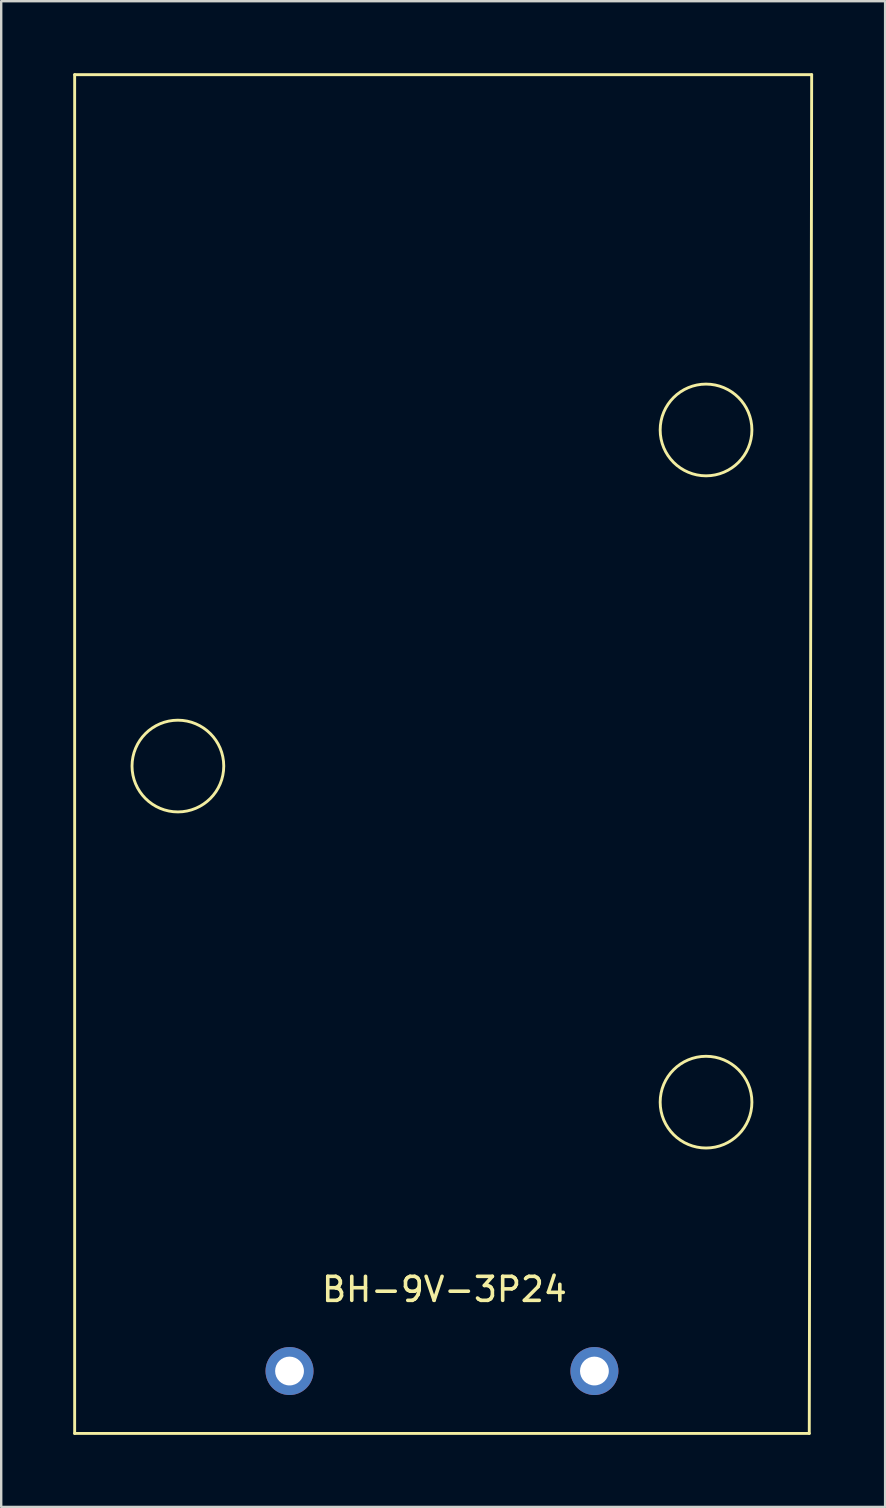
<source format=kicad_pcb>
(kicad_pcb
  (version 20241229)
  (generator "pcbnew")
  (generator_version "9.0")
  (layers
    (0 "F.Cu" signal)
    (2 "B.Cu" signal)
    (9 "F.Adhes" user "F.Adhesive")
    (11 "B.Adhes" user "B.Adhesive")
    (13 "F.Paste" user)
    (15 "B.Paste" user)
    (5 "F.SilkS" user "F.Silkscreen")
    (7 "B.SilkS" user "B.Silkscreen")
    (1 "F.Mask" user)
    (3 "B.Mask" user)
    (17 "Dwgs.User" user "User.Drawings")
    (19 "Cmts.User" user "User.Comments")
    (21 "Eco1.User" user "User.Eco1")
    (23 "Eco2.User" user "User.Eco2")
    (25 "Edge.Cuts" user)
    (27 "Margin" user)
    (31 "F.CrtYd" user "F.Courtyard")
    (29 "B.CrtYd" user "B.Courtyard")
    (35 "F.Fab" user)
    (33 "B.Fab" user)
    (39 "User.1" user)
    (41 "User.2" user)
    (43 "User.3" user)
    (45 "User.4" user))
  (footprint "BH-9V-3P24"
    (layer "F.Cu")
    (at 15.36 54.06)
    (property "Reference" "BH-9V-3P24" (at 0.1 -3.4 0) (layer "F.SilkS") (effects (font (size 1 1) (thickness 0.15))))
    (attr through_hole)
    (fp_line (start -15.3 -54) (end -15.3 2.6) (stroke (width 0.12) (type solid)) (layer "F.SilkS"))
    (fp_line (start -15.3 2.6) (end 15.3 2.6) (stroke (width 0.12) (type solid)) (layer "F.SilkS"))
    (fp_line (start 15.3 2.6) (end 15.4 -54) (stroke (width 0.12) (type solid)) (layer "F.SilkS"))
    (fp_line (start 15.4 -54) (end -15.3 -54) (stroke (width 0.12) (type solid)) (layer "F.SilkS"))
    (fp_circle (center -11 -25.2) (end -9.6 -23.9) (stroke (width 0.12) (type solid)) (fill no) (layer "F.SilkS"))
    (fp_circle (center 11 -39.2) (end 12.4 -37.9) (stroke (width 0.12) (type solid)) (fill no) (layer "F.SilkS"))
    (fp_circle (center 11 -11.2) (end 12.4 -9.9) (stroke (width 0.12) (type solid)) (fill no) (layer "F.SilkS"))
    (pad "1" thru_hole circle (at -6.35 0) (size 2 2) (drill 1.2) (layers "*.Cu" "*.Mask"))
    (pad "2" thru_hole circle (at 6.35 0) (size 2 2) (drill 1.2) (layers "*.Cu" "*.Mask")))
  (gr_rect
    (start -3 -3)
    (end 33.82 59.72)
    (stroke (width 0.1) (type default))
    (fill no)
    (layer "Edge.Cuts")))
</source>
